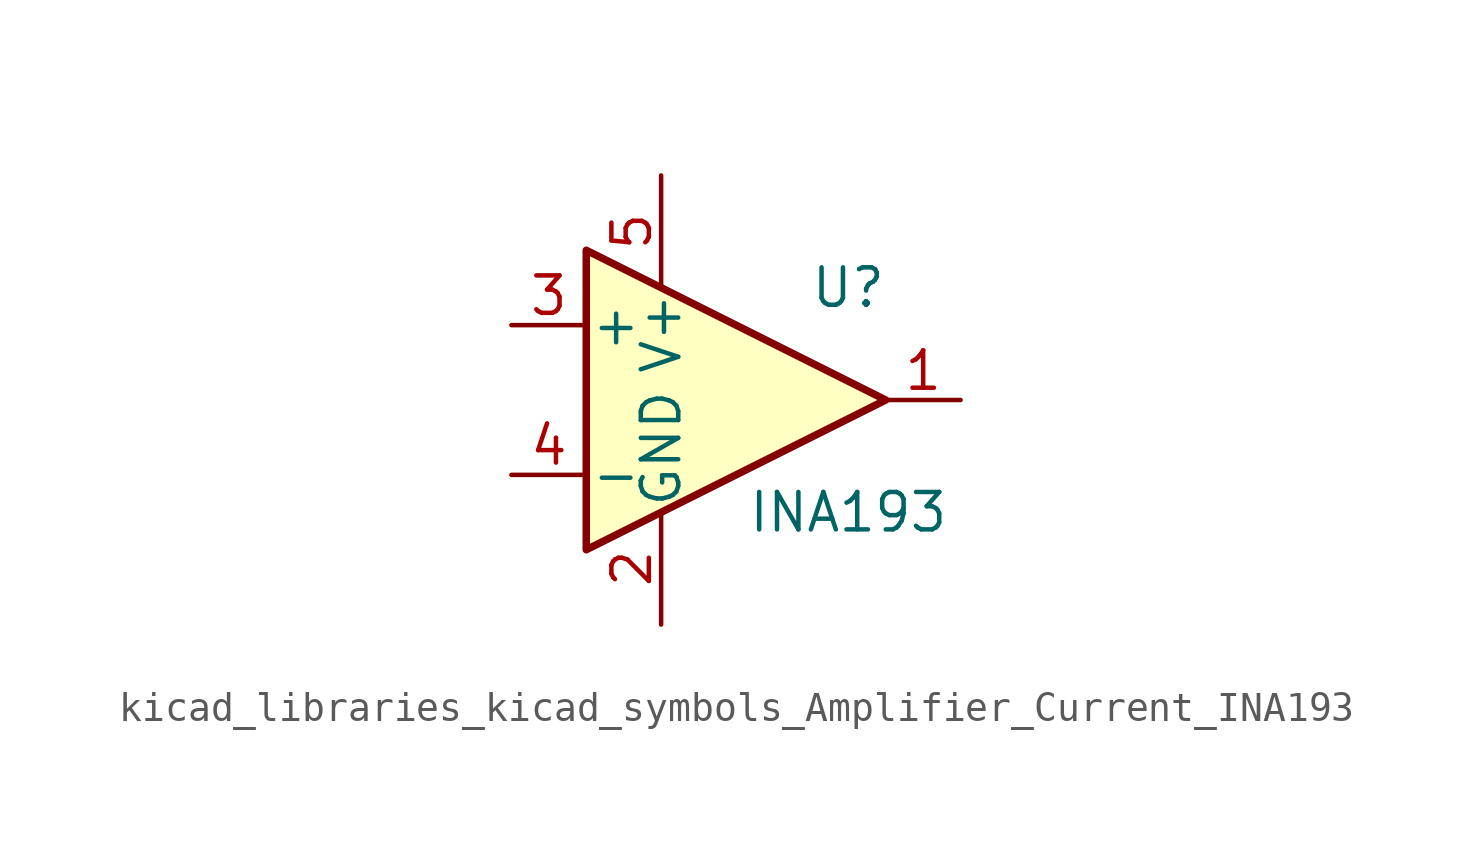
<source format=kicad_sym>
(kicad_symbol_lib
  (version 20220914)
  (generator kicad_symbol_editor)
  (symbol "kicad_libraries_kicad_symbols_Amplifier_Current_INA193"
    (pin_names
      (offset 0.127))
    (property "Reference" "U"
      (at 3.81 3.81 0)
      (effects (font (size 1.27 1.27))))
    (property "Value" "INA193"
      (at 3.81 -3.81 0)
      (effects (font (size 1.27 1.27))))
    (symbol "kicad_libraries_kicad_symbols_Amplifier_Current_INA193_0_1"
      (polyline (pts (xy 5.08 0) (xy -5.08 5.08) (xy -5.08 -5.08) (xy 5.08 0)) (stroke (width 0.254) (type default)) (fill (type background))))
    (symbol "kicad_libraries_kicad_symbols_Amplifier_Current_INA193_1_1"
      (pin output line (at 7.62 0 180) (length 2.54) (name "~" (effects (font (size 1.27 1.27)))) (number "1" (effects (font (size 1.27 1.27)))))
      (pin power_in line (at -2.54 -7.62 90) (length 3.81) (name "GND" (effects (font (size 1.27 1.27)))) (number "2" (effects (font (size 1.27 1.27)))))
      (pin input line (at -7.62 2.54 0) (length 2.54) (name "+" (effects (font (size 1.27 1.27)))) (number "3" (effects (font (size 1.27 1.27)))))
      (pin input line (at -7.62 -2.54 0) (length 2.54) (name "-" (effects (font (size 1.27 1.27)))) (number "4" (effects (font (size 1.27 1.27)))))
      (pin power_in line (at -2.54 7.62 270) (length 3.81) (name "V+" (effects (font (size 1.27 1.27)))) (number "5" (effects (font (size 1.27 1.27))))))))
</source>
